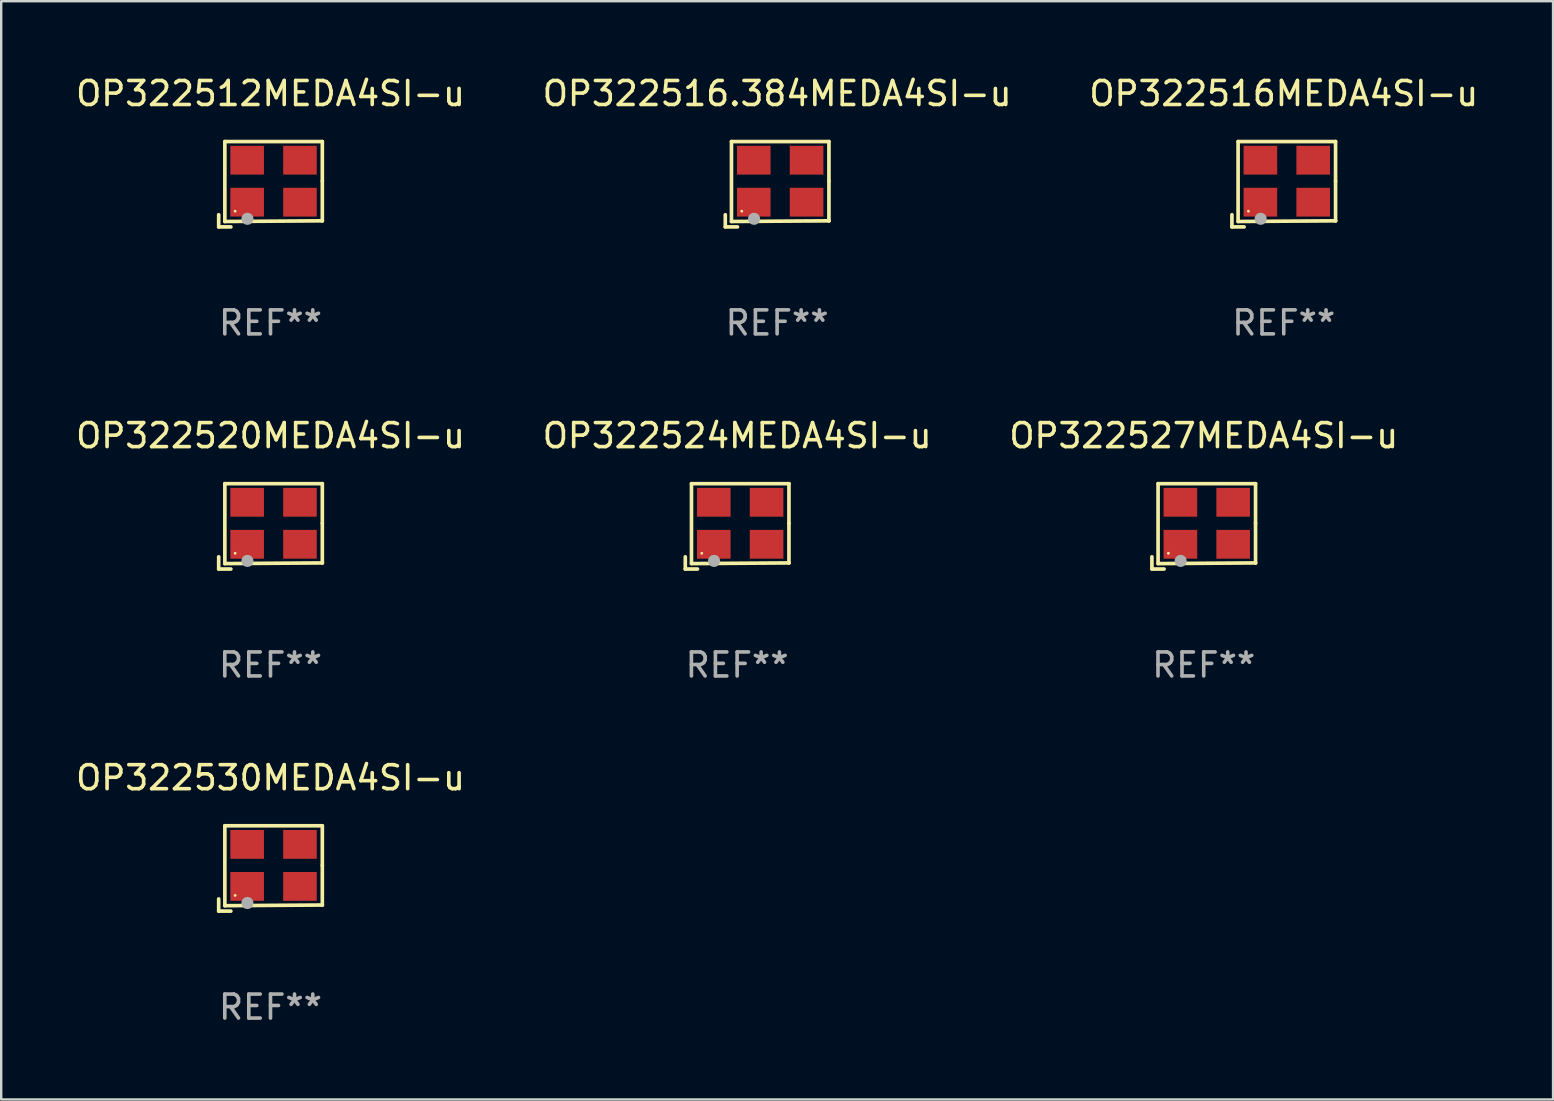
<source format=kicad_pcb>
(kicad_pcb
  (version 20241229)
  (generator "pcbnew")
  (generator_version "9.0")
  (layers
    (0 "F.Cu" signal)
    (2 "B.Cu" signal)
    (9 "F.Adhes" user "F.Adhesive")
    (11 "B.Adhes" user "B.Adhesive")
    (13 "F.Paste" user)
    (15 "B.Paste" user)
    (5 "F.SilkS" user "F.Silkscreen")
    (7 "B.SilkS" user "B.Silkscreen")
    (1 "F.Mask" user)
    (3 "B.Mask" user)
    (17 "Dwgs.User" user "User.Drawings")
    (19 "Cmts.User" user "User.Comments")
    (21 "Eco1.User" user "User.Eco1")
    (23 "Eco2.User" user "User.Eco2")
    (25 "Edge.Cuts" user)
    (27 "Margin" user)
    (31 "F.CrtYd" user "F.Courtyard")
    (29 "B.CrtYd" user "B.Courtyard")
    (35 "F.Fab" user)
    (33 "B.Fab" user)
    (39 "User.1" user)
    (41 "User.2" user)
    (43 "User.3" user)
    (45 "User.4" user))
  (footprint "OP322524MEDA4SI-u"
    (layer "F.Cu")
    (at 27.661 18.879)
    (property "Reference" "OP322524MEDA4SI-u" (at 0 -3.778 0) (layer "F.SilkS") (effects (font (size 1 1) (thickness 0.15))))
    (attr through_hole)
    (fp_line (start -2.159 1.27) (end -2.159 1.778) (stroke (width 0.152) (type solid)) (layer "F.SilkS"))
    (fp_line (start -2.159 1.778) (end -1.651 1.778) (stroke (width 0.152) (type solid)) (layer "F.SilkS"))
    (fp_line (start -1.902 -1.778) (end 2.159 -1.778) (stroke (width 0.152) (type solid)) (layer "F.SilkS"))
    (fp_line (start -1.902 1.552) (end -1.902 -1.778) (stroke (width 0.152) (type solid)) (layer "F.SilkS"))
    (fp_line (start 2.159 -1.778) (end 2.159 -0.127) (stroke (width 0.152) (type solid)) (layer "F.SilkS"))
    (fp_line (start 2.159 -0.127) (end 2.159 1.524) (stroke (width 0.152) (type solid)) (layer "F.SilkS"))
    (fp_line (start 2.159 1.524) (end -1.902 1.552) (stroke (width 0.152) (type solid)) (layer "F.SilkS"))
    (fp_line (start 2.159 1.524) (end 2.159 1.524) (stroke (width 0.152) (type solid)) (layer "F.SilkS"))
    (fp_circle (center -1.473 1.123) (end -1.443 1.123) (stroke (width 0.06) (type solid)) (fill no) (layer "F.SilkS"))
    (fp_circle (center -0.961 1.44) (end -0.834 1.44) (stroke (width 0.254) (type solid)) (fill no) (layer "F.Fab"))
    (fp_text user "REF**" (at 0 5.778 0) (layer "F.Fab") (effects (font (size 1 1) (thickness 0.15))))
    (pad "1" smd rect (at -0.973 0.748) (size 1.4 1.2) (layers "F.Cu" "F.Mask" "F.Paste"))
    (pad "2" smd rect (at 1.227 0.748) (size 1.4 1.2) (layers "F.Cu" "F.Mask" "F.Paste"))
    (pad "3" smd rect (at 1.227 -1.002) (size 1.4 1.2) (layers "F.Cu" "F.Mask" "F.Paste"))
    (pad "4" smd rect (at -0.973 -1.002) (size 1.4 1.2) (layers "F.Cu" "F.Mask" "F.Paste")))
  (footprint "OP322520MEDA4SI-u"
    (layer "F.Cu")
    (at 8.22 18.879)
    (property "Reference" "OP322520MEDA4SI-u" (at 0 -3.778 0) (layer "F.SilkS") (effects (font (size 1 1) (thickness 0.15))))
    (attr through_hole)
    (fp_line (start -2.159 1.27) (end -2.159 1.778) (stroke (width 0.152) (type solid)) (layer "F.SilkS"))
    (fp_line (start -2.159 1.778) (end -1.651 1.778) (stroke (width 0.152) (type solid)) (layer "F.SilkS"))
    (fp_line (start -1.902 -1.778) (end 2.159 -1.778) (stroke (width 0.152) (type solid)) (layer "F.SilkS"))
    (fp_line (start -1.902 1.552) (end -1.902 -1.778) (stroke (width 0.152) (type solid)) (layer "F.SilkS"))
    (fp_line (start 2.159 -1.778) (end 2.159 -0.127) (stroke (width 0.152) (type solid)) (layer "F.SilkS"))
    (fp_line (start 2.159 -0.127) (end 2.159 1.524) (stroke (width 0.152) (type solid)) (layer "F.SilkS"))
    (fp_line (start 2.159 1.524) (end -1.902 1.552) (stroke (width 0.152) (type solid)) (layer "F.SilkS"))
    (fp_line (start 2.159 1.524) (end 2.159 1.524) (stroke (width 0.152) (type solid)) (layer "F.SilkS"))
    (fp_circle (center -1.473 1.123) (end -1.443 1.123) (stroke (width 0.06) (type solid)) (fill no) (layer "F.SilkS"))
    (fp_circle (center -0.961 1.44) (end -0.834 1.44) (stroke (width 0.254) (type solid)) (fill no) (layer "F.Fab"))
    (fp_text user "REF**" (at 0 5.778 0) (layer "F.Fab") (effects (font (size 1 1) (thickness 0.15))))
    (pad "1" smd rect (at -0.973 0.748) (size 1.4 1.2) (layers "F.Cu" "F.Mask" "F.Paste"))
    (pad "2" smd rect (at 1.227 0.748) (size 1.4 1.2) (layers "F.Cu" "F.Mask" "F.Paste"))
    (pad "3" smd rect (at 1.227 -1.002) (size 1.4 1.2) (layers "F.Cu" "F.Mask" "F.Paste"))
    (pad "4" smd rect (at -0.973 -1.002) (size 1.4 1.2) (layers "F.Cu" "F.Mask" "F.Paste")))
  (footprint "OP322516.384MEDA4SI-u"
    (layer "F.Cu")
    (at 29.327 4.626)
    (property "Reference" "OP322516.384MEDA4SI-u" (at 0 -3.778 0) (layer "F.SilkS") (effects (font (size 1 1) (thickness 0.15))))
    (attr through_hole)
    (fp_line (start -2.159 1.27) (end -2.159 1.778) (stroke (width 0.152) (type solid)) (layer "F.SilkS"))
    (fp_line (start -2.159 1.778) (end -1.651 1.778) (stroke (width 0.152) (type solid)) (layer "F.SilkS"))
    (fp_line (start -1.902 -1.778) (end 2.159 -1.778) (stroke (width 0.152) (type solid)) (layer "F.SilkS"))
    (fp_line (start -1.902 1.552) (end -1.902 -1.778) (stroke (width 0.152) (type solid)) (layer "F.SilkS"))
    (fp_line (start 2.159 -1.778) (end 2.159 -0.127) (stroke (width 0.152) (type solid)) (layer "F.SilkS"))
    (fp_line (start 2.159 -0.127) (end 2.159 1.524) (stroke (width 0.152) (type solid)) (layer "F.SilkS"))
    (fp_line (start 2.159 1.524) (end -1.902 1.552) (stroke (width 0.152) (type solid)) (layer "F.SilkS"))
    (fp_line (start 2.159 1.524) (end 2.159 1.524) (stroke (width 0.152) (type solid)) (layer "F.SilkS"))
    (fp_circle (center -1.473 1.123) (end -1.443 1.123) (stroke (width 0.06) (type solid)) (fill no) (layer "F.SilkS"))
    (fp_circle (center -0.961 1.44) (end -0.834 1.44) (stroke (width 0.254) (type solid)) (fill no) (layer "F.Fab"))
    (fp_text user "REF**" (at 0 5.778 0) (layer "F.Fab") (effects (font (size 1 1) (thickness 0.15))))
    (pad "1" smd rect (at -0.973 0.748) (size 1.4 1.2) (layers "F.Cu" "F.Mask" "F.Paste"))
    (pad "2" smd rect (at 1.227 0.748) (size 1.4 1.2) (layers "F.Cu" "F.Mask" "F.Paste"))
    (pad "3" smd rect (at 1.227 -1.002) (size 1.4 1.2) (layers "F.Cu" "F.Mask" "F.Paste"))
    (pad "4" smd rect (at -0.973 -1.002) (size 1.4 1.2) (layers "F.Cu" "F.Mask" "F.Paste")))
  (footprint "OP322512MEDA4SI-u"
    (layer "F.Cu")
    (at 8.22 4.626)
    (property "Reference" "OP322512MEDA4SI-u" (at 0 -3.778 0) (layer "F.SilkS") (effects (font (size 1 1) (thickness 0.15))))
    (attr through_hole)
    (fp_line (start -2.159 1.27) (end -2.159 1.778) (stroke (width 0.152) (type solid)) (layer "F.SilkS"))
    (fp_line (start -2.159 1.778) (end -1.651 1.778) (stroke (width 0.152) (type solid)) (layer "F.SilkS"))
    (fp_line (start -1.902 -1.778) (end 2.159 -1.778) (stroke (width 0.152) (type solid)) (layer "F.SilkS"))
    (fp_line (start -1.902 1.552) (end -1.902 -1.778) (stroke (width 0.152) (type solid)) (layer "F.SilkS"))
    (fp_line (start 2.159 -1.778) (end 2.159 -0.127) (stroke (width 0.152) (type solid)) (layer "F.SilkS"))
    (fp_line (start 2.159 -0.127) (end 2.159 1.524) (stroke (width 0.152) (type solid)) (layer "F.SilkS"))
    (fp_line (start 2.159 1.524) (end -1.902 1.552) (stroke (width 0.152) (type solid)) (layer "F.SilkS"))
    (fp_line (start 2.159 1.524) (end 2.159 1.524) (stroke (width 0.152) (type solid)) (layer "F.SilkS"))
    (fp_circle (center -1.473 1.123) (end -1.443 1.123) (stroke (width 0.06) (type solid)) (fill no) (layer "F.SilkS"))
    (fp_circle (center -0.961 1.44) (end -0.834 1.44) (stroke (width 0.254) (type solid)) (fill no) (layer "F.Fab"))
    (fp_text user "REF**" (at 0 5.778 0) (layer "F.Fab") (effects (font (size 1 1) (thickness 0.15))))
    (pad "1" smd rect (at -0.973 0.748) (size 1.4 1.2) (layers "F.Cu" "F.Mask" "F.Paste"))
    (pad "2" smd rect (at 1.227 0.748) (size 1.4 1.2) (layers "F.Cu" "F.Mask" "F.Paste"))
    (pad "3" smd rect (at 1.227 -1.002) (size 1.4 1.2) (layers "F.Cu" "F.Mask" "F.Paste"))
    (pad "4" smd rect (at -0.973 -1.002) (size 1.4 1.2) (layers "F.Cu" "F.Mask" "F.Paste")))
  (footprint "OP322516MEDA4SI-u"
    (layer "F.Cu")
    (at 50.435 4.626)
    (property "Reference" "OP322516MEDA4SI-u" (at 0 -3.778 0) (layer "F.SilkS") (effects (font (size 1 1) (thickness 0.15))))
    (attr through_hole)
    (fp_line (start -2.159 1.27) (end -2.159 1.778) (stroke (width 0.152) (type solid)) (layer "F.SilkS"))
    (fp_line (start -2.159 1.778) (end -1.651 1.778) (stroke (width 0.152) (type solid)) (layer "F.SilkS"))
    (fp_line (start -1.902 -1.778) (end 2.159 -1.778) (stroke (width 0.152) (type solid)) (layer "F.SilkS"))
    (fp_line (start -1.902 1.552) (end -1.902 -1.778) (stroke (width 0.152) (type solid)) (layer "F.SilkS"))
    (fp_line (start 2.159 -1.778) (end 2.159 -0.127) (stroke (width 0.152) (type solid)) (layer "F.SilkS"))
    (fp_line (start 2.159 -0.127) (end 2.159 1.524) (stroke (width 0.152) (type solid)) (layer "F.SilkS"))
    (fp_line (start 2.159 1.524) (end -1.902 1.552) (stroke (width 0.152) (type solid)) (layer "F.SilkS"))
    (fp_line (start 2.159 1.524) (end 2.159 1.524) (stroke (width 0.152) (type solid)) (layer "F.SilkS"))
    (fp_circle (center -1.473 1.123) (end -1.443 1.123) (stroke (width 0.06) (type solid)) (fill no) (layer "F.SilkS"))
    (fp_circle (center -0.961 1.44) (end -0.834 1.44) (stroke (width 0.254) (type solid)) (fill no) (layer "F.Fab"))
    (fp_text user "REF**" (at 0 5.778 0) (layer "F.Fab") (effects (font (size 1 1) (thickness 0.15))))
    (pad "1" smd rect (at -0.973 0.748) (size 1.4 1.2) (layers "F.Cu" "F.Mask" "F.Paste"))
    (pad "2" smd rect (at 1.227 0.748) (size 1.4 1.2) (layers "F.Cu" "F.Mask" "F.Paste"))
    (pad "3" smd rect (at 1.227 -1.002) (size 1.4 1.2) (layers "F.Cu" "F.Mask" "F.Paste"))
    (pad "4" smd rect (at -0.973 -1.002) (size 1.4 1.2) (layers "F.Cu" "F.Mask" "F.Paste")))
  (footprint "OP322530MEDA4SI-u"
    (layer "F.Cu")
    (at 8.22 33.132)
    (property "Reference" "OP322530MEDA4SI-u" (at 0 -3.778 0) (layer "F.SilkS") (effects (font (size 1 1) (thickness 0.15))))
    (attr through_hole)
    (fp_line (start -2.159 1.27) (end -2.159 1.778) (stroke (width 0.152) (type solid)) (layer "F.SilkS"))
    (fp_line (start -2.159 1.778) (end -1.651 1.778) (stroke (width 0.152) (type solid)) (layer "F.SilkS"))
    (fp_line (start -1.902 -1.778) (end 2.159 -1.778) (stroke (width 0.152) (type solid)) (layer "F.SilkS"))
    (fp_line (start -1.902 1.552) (end -1.902 -1.778) (stroke (width 0.152) (type solid)) (layer "F.SilkS"))
    (fp_line (start 2.159 -1.778) (end 2.159 -0.127) (stroke (width 0.152) (type solid)) (layer "F.SilkS"))
    (fp_line (start 2.159 -0.127) (end 2.159 1.524) (stroke (width 0.152) (type solid)) (layer "F.SilkS"))
    (fp_line (start 2.159 1.524) (end -1.902 1.552) (stroke (width 0.152) (type solid)) (layer "F.SilkS"))
    (fp_line (start 2.159 1.524) (end 2.159 1.524) (stroke (width 0.152) (type solid)) (layer "F.SilkS"))
    (fp_circle (center -1.473 1.123) (end -1.443 1.123) (stroke (width 0.06) (type solid)) (fill no) (layer "F.SilkS"))
    (fp_circle (center -0.961 1.44) (end -0.834 1.44) (stroke (width 0.254) (type solid)) (fill no) (layer "F.Fab"))
    (fp_text user "REF**" (at 0 5.778 0) (layer "F.Fab") (effects (font (size 1 1) (thickness 0.15))))
    (pad "1" smd rect (at -0.973 0.748) (size 1.4 1.2) (layers "F.Cu" "F.Mask" "F.Paste"))
    (pad "2" smd rect (at 1.227 0.748) (size 1.4 1.2) (layers "F.Cu" "F.Mask" "F.Paste"))
    (pad "3" smd rect (at 1.227 -1.002) (size 1.4 1.2) (layers "F.Cu" "F.Mask" "F.Paste"))
    (pad "4" smd rect (at -0.973 -1.002) (size 1.4 1.2) (layers "F.Cu" "F.Mask" "F.Paste")))
  (footprint "OP322527MEDA4SI-u"
    (layer "F.Cu")
    (at 47.101 18.879)
    (property "Reference" "OP322527MEDA4SI-u" (at 0 -3.778 0) (layer "F.SilkS") (effects (font (size 1 1) (thickness 0.15))))
    (attr through_hole)
    (fp_line (start -2.159 1.27) (end -2.159 1.778) (stroke (width 0.152) (type solid)) (layer "F.SilkS"))
    (fp_line (start -2.159 1.778) (end -1.651 1.778) (stroke (width 0.152) (type solid)) (layer "F.SilkS"))
    (fp_line (start -1.902 -1.778) (end 2.159 -1.778) (stroke (width 0.152) (type solid)) (layer "F.SilkS"))
    (fp_line (start -1.902 1.552) (end -1.902 -1.778) (stroke (width 0.152) (type solid)) (layer "F.SilkS"))
    (fp_line (start 2.159 -1.778) (end 2.159 -0.127) (stroke (width 0.152) (type solid)) (layer "F.SilkS"))
    (fp_line (start 2.159 -0.127) (end 2.159 1.524) (stroke (width 0.152) (type solid)) (layer "F.SilkS"))
    (fp_line (start 2.159 1.524) (end -1.902 1.552) (stroke (width 0.152) (type solid)) (layer "F.SilkS"))
    (fp_line (start 2.159 1.524) (end 2.159 1.524) (stroke (width 0.152) (type solid)) (layer "F.SilkS"))
    (fp_circle (center -1.473 1.123) (end -1.443 1.123) (stroke (width 0.06) (type solid)) (fill no) (layer "F.SilkS"))
    (fp_circle (center -0.961 1.44) (end -0.834 1.44) (stroke (width 0.254) (type solid)) (fill no) (layer "F.Fab"))
    (fp_text user "REF**" (at 0 5.778 0) (layer "F.Fab") (effects (font (size 1 1) (thickness 0.15))))
    (pad "1" smd rect (at -0.973 0.748) (size 1.4 1.2) (layers "F.Cu" "F.Mask" "F.Paste"))
    (pad "2" smd rect (at 1.227 0.748) (size 1.4 1.2) (layers "F.Cu" "F.Mask" "F.Paste"))
    (pad "3" smd rect (at 1.227 -1.002) (size 1.4 1.2) (layers "F.Cu" "F.Mask" "F.Paste"))
    (pad "4" smd rect (at -0.973 -1.002) (size 1.4 1.2) (layers "F.Cu" "F.Mask" "F.Paste")))
  (gr_rect
    (start -3 -3)
    (end 61.655 42.758)
    (stroke (width 0.1) (type default))
    (fill no)
    (layer "Edge.Cuts")))
</source>
